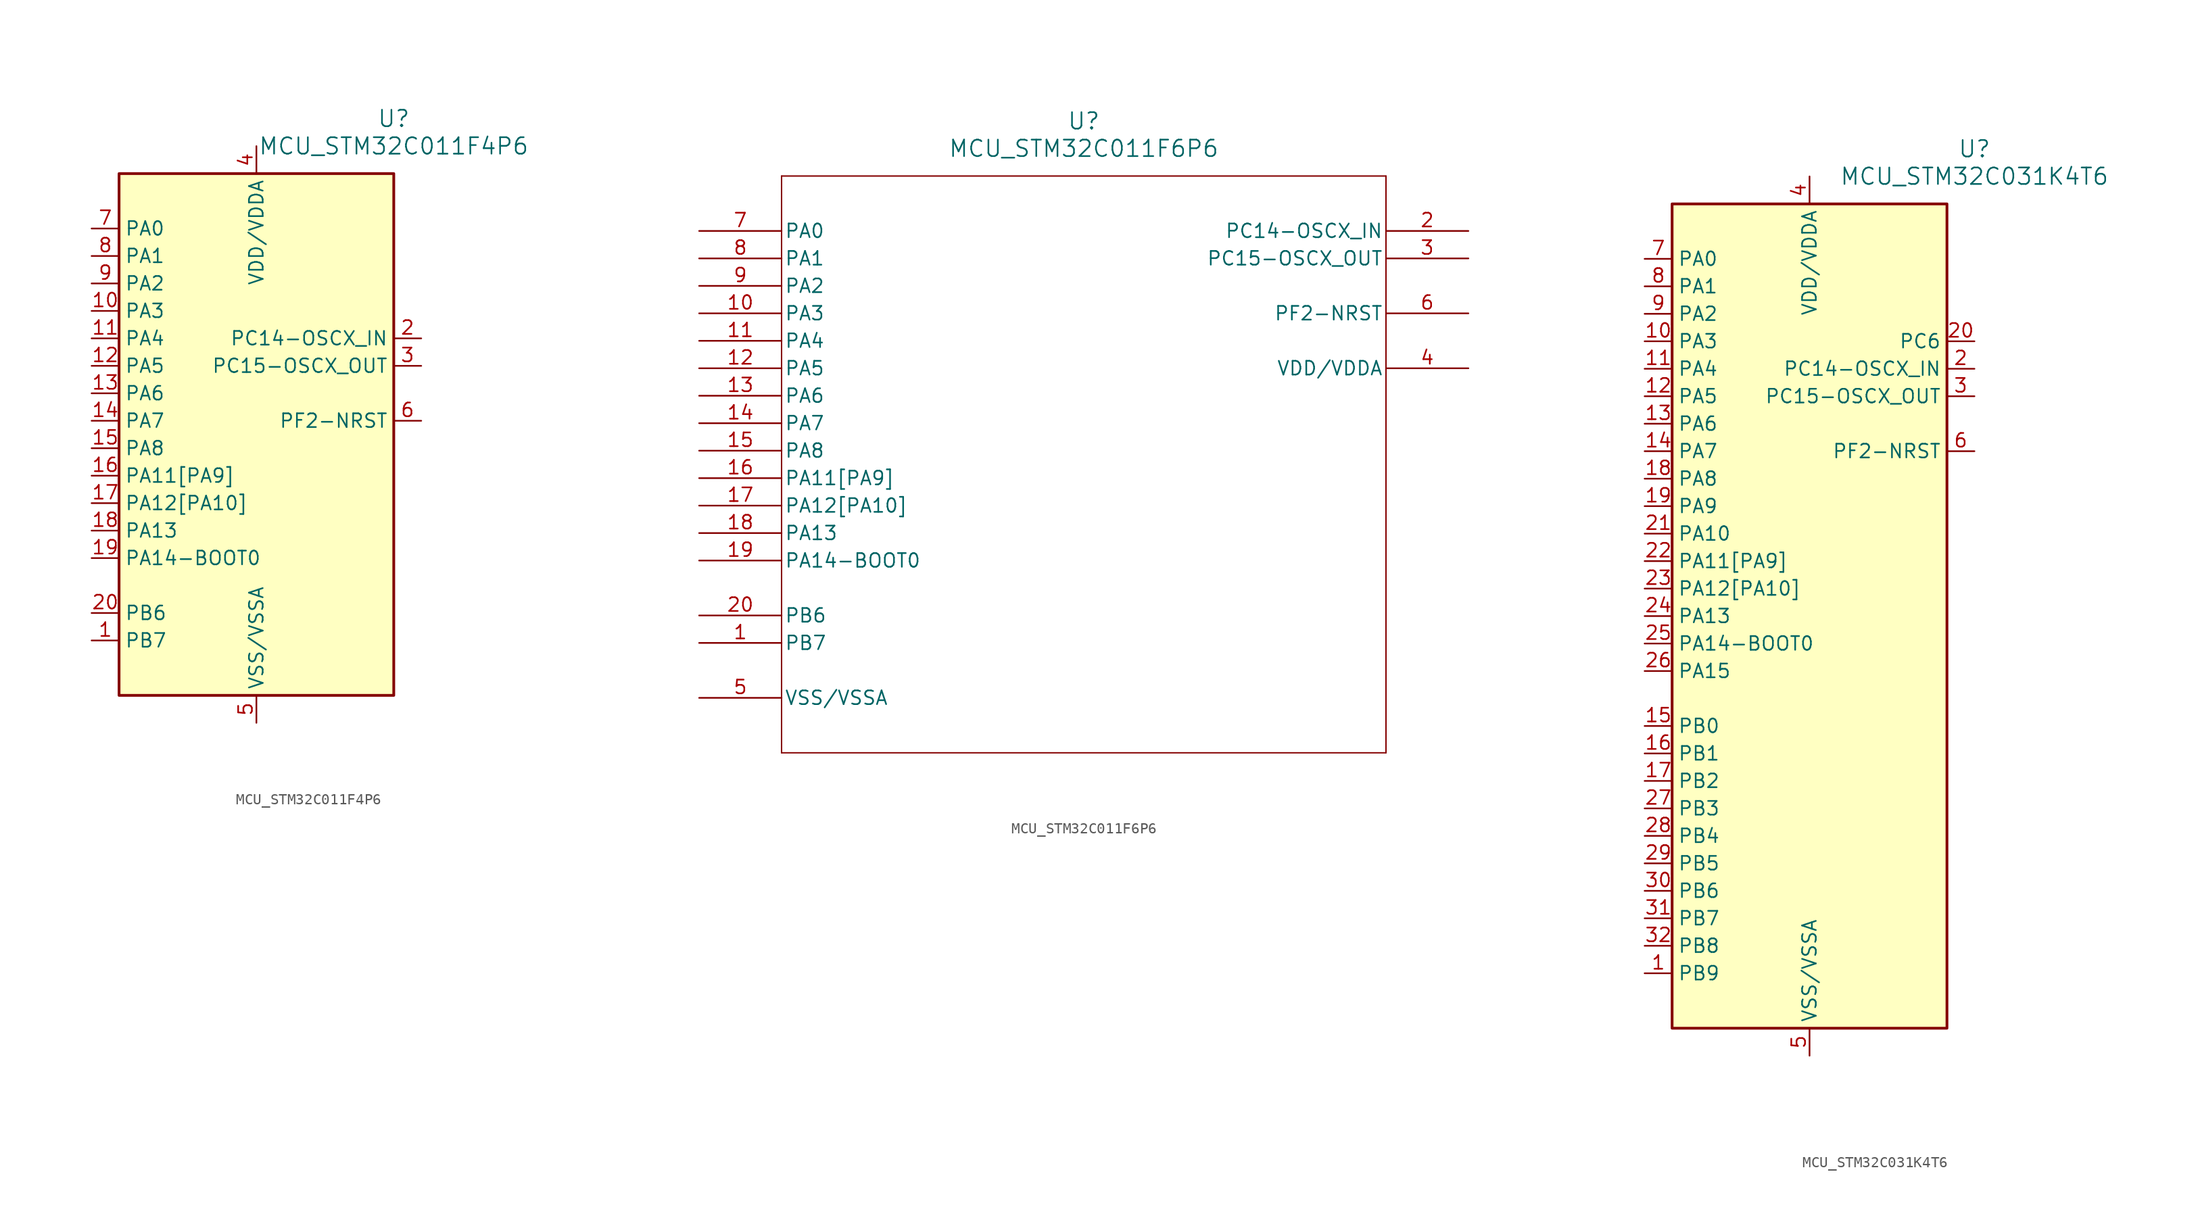
<source format=kicad_sym>
(kicad_symbol_lib
  (version 20220914)
  (generator kicad_symbol_editor)
  (symbol "MCU_STM32C011F4P6"
    (property "Reference" "U"
      (at 12.7 27.94 0)
      (effects (font (size 1.524 1.524))))
    (property "Value" "MCU_STM32C011F4P6"
      (at 12.7 25.4 0)
      (effects (font (size 1.524 1.524))))
    (symbol "MCU_STM32C011F4P6_0_1"
      (rectangle (start -12.7 22.86) (end 12.7 -25.4) (stroke (width 0.254) (type default)) (fill (type background)))
      (pin bidirectional line (at -15.24 -20.32 0) (length 2.54) (name "PB7" (effects (font (size 1.27 1.27)))) (number "1" (effects (font (size 1.27 1.27)))))
      (pin bidirectional line (at -15.24 10.16 0) (length 2.54) (name "PA3" (effects (font (size 1.27 1.27)))) (number "10" (effects (font (size 1.27 1.27)))))
      (pin bidirectional line (at -15.24 7.62 0) (length 2.54) (name "PA4" (effects (font (size 1.27 1.27)))) (number "11" (effects (font (size 1.27 1.27)))))
      (pin bidirectional line (at -15.24 5.08 0) (length 2.54) (name "PA5" (effects (font (size 1.27 1.27)))) (number "12" (effects (font (size 1.27 1.27)))))
      (pin bidirectional line (at -15.24 2.54 0) (length 2.54) (name "PA6" (effects (font (size 1.27 1.27)))) (number "13" (effects (font (size 1.27 1.27)))))
      (pin bidirectional line (at -15.24 0 0) (length 2.54) (name "PA7" (effects (font (size 1.27 1.27)))) (number "14" (effects (font (size 1.27 1.27)))))
      (pin bidirectional line (at -15.24 -2.54 0) (length 2.54) (name "PA8" (effects (font (size 1.27 1.27)))) (number "15" (effects (font (size 1.27 1.27)))))
      (pin bidirectional line (at -15.24 -5.08 0) (length 2.54) (name "PA11[PA9]" (effects (font (size 1.27 1.27)))) (number "16" (effects (font (size 1.27 1.27)))))
      (pin bidirectional line (at -15.24 -7.62 0) (length 2.54) (name "PA12[PA10]" (effects (font (size 1.27 1.27)))) (number "17" (effects (font (size 1.27 1.27)))))
      (pin bidirectional line (at -15.24 -10.16 0) (length 2.54) (name "PA13" (effects (font (size 1.27 1.27)))) (number "18" (effects (font (size 1.27 1.27)))))
      (pin bidirectional line (at -15.24 -12.7 0) (length 2.54) (name "PA14-BOOT0" (effects (font (size 1.27 1.27)))) (number "19" (effects (font (size 1.27 1.27)))))
      (pin bidirectional line (at 15.24 7.62 180) (length 2.54) (name "PC14-OSCX_IN" (effects (font (size 1.27 1.27)))) (number "2" (effects (font (size 1.27 1.27)))))
      (pin bidirectional line (at -15.24 -17.78 0) (length 2.54) (name "PB6" (effects (font (size 1.27 1.27)))) (number "20" (effects (font (size 1.27 1.27)))))
      (pin bidirectional line (at 15.24 5.08 180) (length 2.54) (name "PC15-OSCX_OUT" (effects (font (size 1.27 1.27)))) (number "3" (effects (font (size 1.27 1.27)))))
      (pin power_in line (at 0 25.4 270) (length 2.54) (name "VDD/VDDA" (effects (font (size 1.27 1.27)))) (number "4" (effects (font (size 1.27 1.27)))))
      (pin power_in line (at 0 -27.94 90) (length 2.54) (name "VSS/VSSA" (effects (font (size 1.27 1.27)))) (number "5" (effects (font (size 1.27 1.27)))))
      (pin bidirectional line (at 15.24 0 180) (length 2.54) (name "PF2-NRST" (effects (font (size 1.27 1.27)))) (number "6" (effects (font (size 1.27 1.27)))))
      (pin bidirectional line (at -15.24 17.78 0) (length 2.54) (name "PA0" (effects (font (size 1.27 1.27)))) (number "7" (effects (font (size 1.27 1.27)))))
      (pin bidirectional line (at -15.24 15.24 0) (length 2.54) (name "PA1" (effects (font (size 1.27 1.27)))) (number "8" (effects (font (size 1.27 1.27)))))
      (pin bidirectional line (at -15.24 12.7 0) (length 2.54) (name "PA2" (effects (font (size 1.27 1.27)))) (number "9" (effects (font (size 1.27 1.27)))))))
  (symbol "MCU_STM32C011F6P6"
    (pin_names
      (offset 0.254))
    (property "Reference" "U"
      (at 35.56 10.16 0)
      (effects (font (size 1.524 1.524))))
    (property "Value" "MCU_STM32C011F6P6"
      (at 35.56 7.62 0)
      (effects (font (size 1.524 1.524))))
    (property "ki_locked" ""
      (at 0 0 0)
      (effects (font (size 1.27 1.27))))
    (symbol "MCU_STM32C011F6P6_0_1"
      (polyline (pts (xy 7.62 -48.26) (xy 63.5 -48.26)) (stroke (width 0.127) (type default)) (fill (type none)))
      (polyline (pts (xy 7.62 5.08) (xy 7.62 -48.26)) (stroke (width 0.127) (type default)) (fill (type none)))
      (polyline (pts (xy 63.5 -48.26) (xy 63.5 5.08)) (stroke (width 0.127) (type default)) (fill (type none)))
      (polyline (pts (xy 63.5 5.08) (xy 7.62 5.08)) (stroke (width 0.127) (type default)) (fill (type none)))
      (pin bidirectional line (at 0 -38.1 0) (length 7.62) (name "PB7" (effects (font (size 1.27 1.27)))) (number "1" (effects (font (size 1.27 1.27)))))
      (pin bidirectional line (at 0 -7.62 0) (length 7.62) (name "PA3" (effects (font (size 1.27 1.27)))) (number "10" (effects (font (size 1.27 1.27)))))
      (pin bidirectional line (at 0 -10.16 0) (length 7.62) (name "PA4" (effects (font (size 1.27 1.27)))) (number "11" (effects (font (size 1.27 1.27)))))
      (pin bidirectional line (at 0 -12.7 0) (length 7.62) (name "PA5" (effects (font (size 1.27 1.27)))) (number "12" (effects (font (size 1.27 1.27)))))
      (pin bidirectional line (at 0 -15.24 0) (length 7.62) (name "PA6" (effects (font (size 1.27 1.27)))) (number "13" (effects (font (size 1.27 1.27)))))
      (pin bidirectional line (at 0 -17.78 0) (length 7.62) (name "PA7" (effects (font (size 1.27 1.27)))) (number "14" (effects (font (size 1.27 1.27)))))
      (pin bidirectional line (at 0 -20.32 0) (length 7.62) (name "PA8" (effects (font (size 1.27 1.27)))) (number "15" (effects (font (size 1.27 1.27)))))
      (pin bidirectional line (at 0 -22.86 0) (length 7.62) (name "PA11[PA9]" (effects (font (size 1.27 1.27)))) (number "16" (effects (font (size 1.27 1.27)))))
      (pin bidirectional line (at 0 -25.4 0) (length 7.62) (name "PA12[PA10]" (effects (font (size 1.27 1.27)))) (number "17" (effects (font (size 1.27 1.27)))))
      (pin bidirectional line (at 0 -27.94 0) (length 7.62) (name "PA13" (effects (font (size 1.27 1.27)))) (number "18" (effects (font (size 1.27 1.27)))))
      (pin bidirectional line (at 0 -30.48 0) (length 7.62) (name "PA14-BOOT0" (effects (font (size 1.27 1.27)))) (number "19" (effects (font (size 1.27 1.27)))))
      (pin bidirectional line (at 71.12 0 180) (length 7.62) (name "PC14-OSCX_IN" (effects (font (size 1.27 1.27)))) (number "2" (effects (font (size 1.27 1.27)))))
      (pin bidirectional line (at 0 -35.56 0) (length 7.62) (name "PB6" (effects (font (size 1.27 1.27)))) (number "20" (effects (font (size 1.27 1.27)))))
      (pin bidirectional line (at 71.12 -2.54 180) (length 7.62) (name "PC15-OSCX_OUT" (effects (font (size 1.27 1.27)))) (number "3" (effects (font (size 1.27 1.27)))))
      (pin power_in line (at 71.12 -12.7 180) (length 7.62) (name "VDD/VDDA" (effects (font (size 1.27 1.27)))) (number "4" (effects (font (size 1.27 1.27)))))
      (pin power_in line (at 0 -43.18 0) (length 7.62) (name "VSS/VSSA" (effects (font (size 1.27 1.27)))) (number "5" (effects (font (size 1.27 1.27)))))
      (pin bidirectional line (at 71.12 -7.62 180) (length 7.62) (name "PF2-NRST" (effects (font (size 1.27 1.27)))) (number "6" (effects (font (size 1.27 1.27)))))
      (pin bidirectional line (at 0 0 0) (length 7.62) (name "PA0" (effects (font (size 1.27 1.27)))) (number "7" (effects (font (size 1.27 1.27)))))
      (pin bidirectional line (at 0 -2.54 0) (length 7.62) (name "PA1" (effects (font (size 1.27 1.27)))) (number "8" (effects (font (size 1.27 1.27)))))
      (pin bidirectional line (at 0 -5.08 0) (length 7.62) (name "PA2" (effects (font (size 1.27 1.27)))) (number "9" (effects (font (size 1.27 1.27)))))))
  (symbol "MCU_STM32C031K4T6"
    (property "Reference" "U"
      (at 30.48 10.16 0)
      (effects (font (size 1.524 1.524))))
    (property "Value" "MCU_STM32C031K4T6"
      (at 30.48 7.62 0)
      (effects (font (size 1.524 1.524))))
    (symbol "MCU_STM32C031K4T6_0_1"
      (pin bidirectional line (at 0 -66.04 0) (length 2.54) (name "PB9" (effects (font (size 1.27 1.27)))) (number "1" (effects (font (size 1.27 1.27)))))
      (pin bidirectional line (at 0 -7.62 0) (length 2.54) (name "PA3" (effects (font (size 1.27 1.27)))) (number "10" (effects (font (size 1.27 1.27)))))
      (pin bidirectional line (at 0 -10.16 0) (length 2.54) (name "PA4" (effects (font (size 1.27 1.27)))) (number "11" (effects (font (size 1.27 1.27)))))
      (pin bidirectional line (at 0 -12.7 0) (length 2.54) (name "PA5" (effects (font (size 1.27 1.27)))) (number "12" (effects (font (size 1.27 1.27)))))
      (pin bidirectional line (at 0 -15.24 0) (length 2.54) (name "PA6" (effects (font (size 1.27 1.27)))) (number "13" (effects (font (size 1.27 1.27)))))
      (pin bidirectional line (at 0 -17.78 0) (length 2.54) (name "PA7" (effects (font (size 1.27 1.27)))) (number "14" (effects (font (size 1.27 1.27)))))
      (pin bidirectional line (at 0 -43.18 0) (length 2.54) (name "PB0" (effects (font (size 1.27 1.27)))) (number "15" (effects (font (size 1.27 1.27)))))
      (pin bidirectional line (at 0 -45.72 0) (length 2.54) (name "PB1" (effects (font (size 1.27 1.27)))) (number "16" (effects (font (size 1.27 1.27)))))
      (pin bidirectional line (at 0 -48.26 0) (length 2.54) (name "PB2" (effects (font (size 1.27 1.27)))) (number "17" (effects (font (size 1.27 1.27)))))
      (pin bidirectional line (at 0 -20.32 0) (length 2.54) (name "PA8" (effects (font (size 1.27 1.27)))) (number "18" (effects (font (size 1.27 1.27)))))
      (pin bidirectional line (at 0 -22.86 0) (length 2.54) (name "PA9" (effects (font (size 1.27 1.27)))) (number "19" (effects (font (size 1.27 1.27)))))
      (pin bidirectional line (at 30.48 -10.16 180) (length 2.54) (name "PC14-OSCX_IN" (effects (font (size 1.27 1.27)))) (number "2" (effects (font (size 1.27 1.27)))))
      (pin bidirectional line (at 30.48 -7.62 180) (length 2.54) (name "PC6" (effects (font (size 1.27 1.27)))) (number "20" (effects (font (size 1.27 1.27)))))
      (pin bidirectional line (at 0 -25.4 0) (length 2.54) (name "PA10" (effects (font (size 1.27 1.27)))) (number "21" (effects (font (size 1.27 1.27)))))
      (pin bidirectional line (at 0 -27.94 0) (length 2.54) (name "PA11[PA9]" (effects (font (size 1.27 1.27)))) (number "22" (effects (font (size 1.27 1.27)))))
      (pin bidirectional line (at 0 -30.48 0) (length 2.54) (name "PA12[PA10]" (effects (font (size 1.27 1.27)))) (number "23" (effects (font (size 1.27 1.27)))))
      (pin bidirectional line (at 0 -33.02 0) (length 2.54) (name "PA13" (effects (font (size 1.27 1.27)))) (number "24" (effects (font (size 1.27 1.27)))))
      (pin bidirectional line (at 0 -35.56 0) (length 2.54) (name "PA14-BOOT0" (effects (font (size 1.27 1.27)))) (number "25" (effects (font (size 1.27 1.27)))))
      (pin bidirectional line (at 0 -38.1 0) (length 2.54) (name "PA15" (effects (font (size 1.27 1.27)))) (number "26" (effects (font (size 1.27 1.27)))))
      (pin bidirectional line (at 0 -50.8 0) (length 2.54) (name "PB3" (effects (font (size 1.27 1.27)))) (number "27" (effects (font (size 1.27 1.27)))))
      (pin bidirectional line (at 0 -53.34 0) (length 2.54) (name "PB4" (effects (font (size 1.27 1.27)))) (number "28" (effects (font (size 1.27 1.27)))))
      (pin bidirectional line (at 0 -55.88 0) (length 2.54) (name "PB5" (effects (font (size 1.27 1.27)))) (number "29" (effects (font (size 1.27 1.27)))))
      (pin bidirectional line (at 30.48 -12.7 180) (length 2.54) (name "PC15-OSCX_OUT" (effects (font (size 1.27 1.27)))) (number "3" (effects (font (size 1.27 1.27)))))
      (pin bidirectional line (at 0 -58.42 0) (length 2.54) (name "PB6" (effects (font (size 1.27 1.27)))) (number "30" (effects (font (size 1.27 1.27)))))
      (pin bidirectional line (at 0 -60.96 0) (length 2.54) (name "PB7" (effects (font (size 1.27 1.27)))) (number "31" (effects (font (size 1.27 1.27)))))
      (pin bidirectional line (at 0 -63.5 0) (length 2.54) (name "PB8" (effects (font (size 1.27 1.27)))) (number "32" (effects (font (size 1.27 1.27)))))
      (pin power_in line (at 15.24 7.62 270) (length 2.54) (name "VDD/VDDA" (effects (font (size 1.27 1.27)))) (number "4" (effects (font (size 1.27 1.27)))))
      (pin power_in line (at 15.24 -73.66 90) (length 2.54) (name "VSS/VSSA" (effects (font (size 1.27 1.27)))) (number "5" (effects (font (size 1.27 1.27)))))
      (pin bidirectional line (at 30.48 -17.78 180) (length 2.54) (name "PF2-NRST" (effects (font (size 1.27 1.27)))) (number "6" (effects (font (size 1.27 1.27)))))
      (pin bidirectional line (at 0 0 0) (length 2.54) (name "PA0" (effects (font (size 1.27 1.27)))) (number "7" (effects (font (size 1.27 1.27)))))
      (pin bidirectional line (at 0 -2.54 0) (length 2.54) (name "PA1" (effects (font (size 1.27 1.27)))) (number "8" (effects (font (size 1.27 1.27)))))
      (pin bidirectional line (at 0 -5.08 0) (length 2.54) (name "PA2" (effects (font (size 1.27 1.27)))) (number "9" (effects (font (size 1.27 1.27))))))
    (symbol "MCU_STM32C031K4T6_1_1"
      (rectangle (start 2.54 5.08) (end 27.94 -71.12) (stroke (width 0.254) (type default)) (fill (type background))))))
</source>
